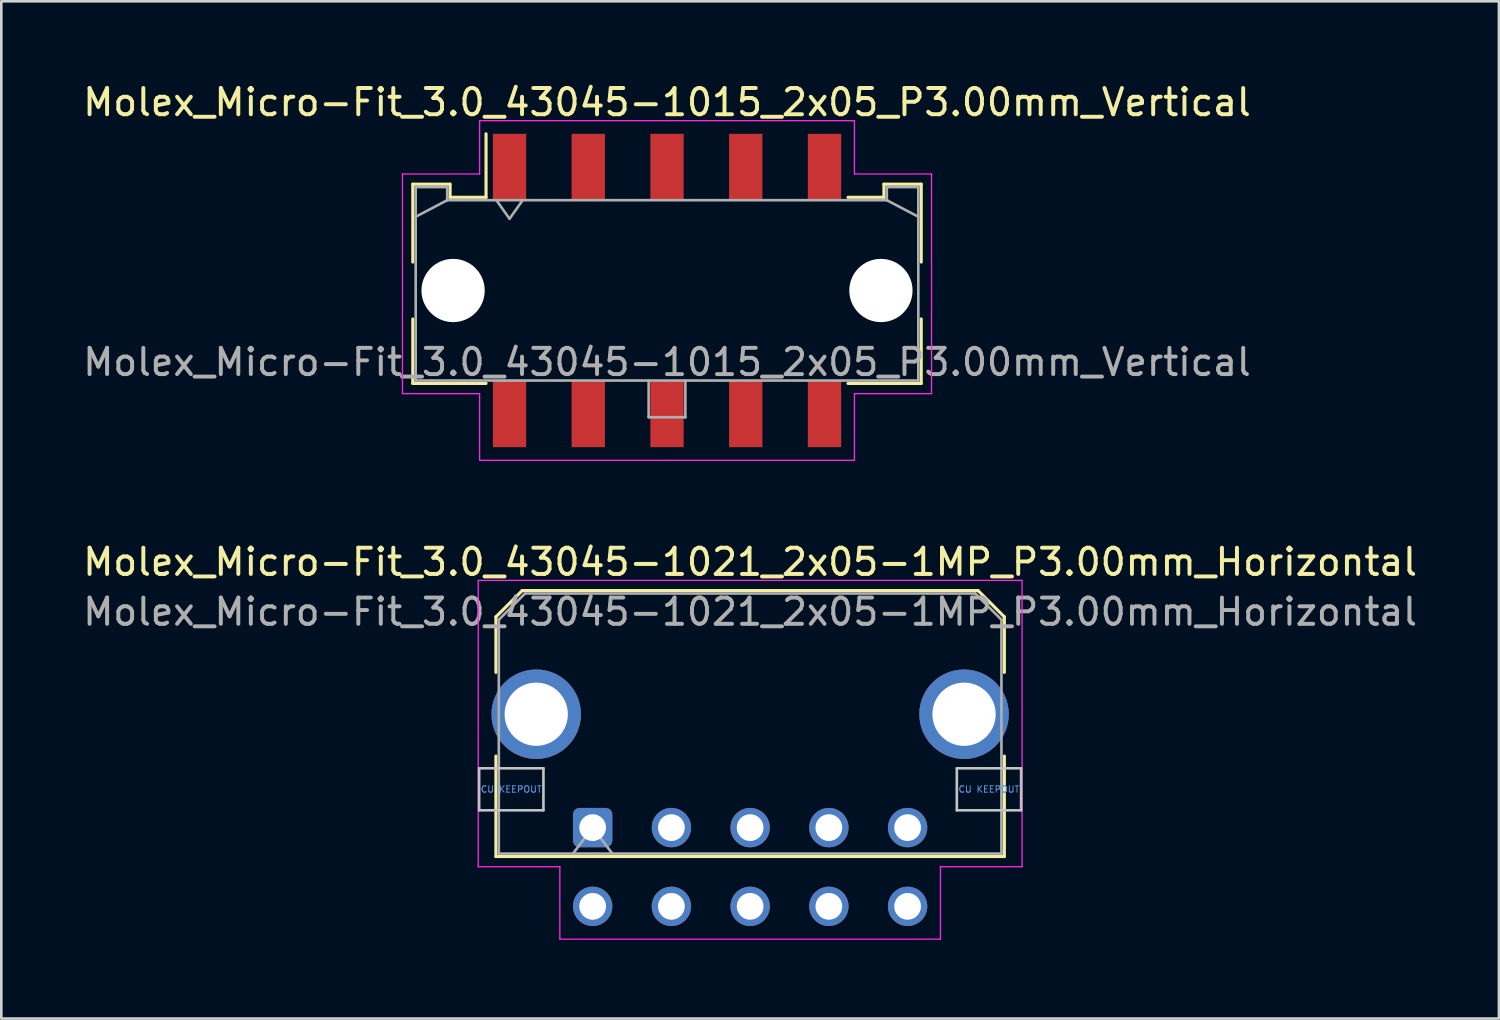
<source format=kicad_pcb>
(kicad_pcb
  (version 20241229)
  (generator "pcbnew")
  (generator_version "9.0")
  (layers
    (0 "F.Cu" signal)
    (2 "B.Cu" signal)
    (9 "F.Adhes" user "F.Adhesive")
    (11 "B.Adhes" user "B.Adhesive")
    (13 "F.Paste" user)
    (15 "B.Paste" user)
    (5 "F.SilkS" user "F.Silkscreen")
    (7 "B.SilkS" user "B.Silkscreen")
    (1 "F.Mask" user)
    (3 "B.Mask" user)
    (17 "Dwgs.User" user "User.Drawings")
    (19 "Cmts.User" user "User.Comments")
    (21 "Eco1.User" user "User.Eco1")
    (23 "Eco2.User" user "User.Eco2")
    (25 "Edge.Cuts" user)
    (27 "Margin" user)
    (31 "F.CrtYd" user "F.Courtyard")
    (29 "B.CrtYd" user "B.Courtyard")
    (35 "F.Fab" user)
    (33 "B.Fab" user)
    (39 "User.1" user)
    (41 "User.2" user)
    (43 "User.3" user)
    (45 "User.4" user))
  (footprint "Molex_Micro-Fit_3.0_43045-1015_2x05_P3.00mm_Vertical"
    (layer "F.Cu")
    (at 22.363 8.018)
    (property "Reference" "Molex_Micro-Fit_3.0_43045-1015_2x05_P3.00mm_Vertical" (at 0 -7.17 0) (layer "F.SilkS") (effects (font (size 1 1) (thickness 0.15))))
    (attr smd)
    (fp_line (start -9.685 -4.05) (end -8.265 -4.05) (stroke (width 0.12) (type solid)) (layer "F.SilkS"))
    (fp_line (start -9.685 -1.085) (end -9.685 -4.05) (stroke (width 0.12) (type solid)) (layer "F.SilkS"))
    (fp_line (start -9.685 1.085) (end -9.685 3.54) (stroke (width 0.12) (type solid)) (layer "F.SilkS"))
    (fp_line (start -9.685 3.54) (end -6.895 3.54) (stroke (width 0.12) (type solid)) (layer "F.SilkS"))
    (fp_line (start -8.265 -4.05) (end -8.265 -3.55) (stroke (width 0.12) (type solid)) (layer "F.SilkS"))
    (fp_line (start -8.265 -3.55) (end -6.895 -3.55) (stroke (width 0.12) (type solid)) (layer "F.SilkS"))
    (fp_line (start -6.895 -3.55) (end -6.895 -5.97) (stroke (width 0.12) (type solid)) (layer "F.SilkS"))
    (fp_line (start 8.265 -4.05) (end 8.265 -3.55) (stroke (width 0.12) (type solid)) (layer "F.SilkS"))
    (fp_line (start 8.265 -3.55) (end 6.895 -3.55) (stroke (width 0.12) (type solid)) (layer "F.SilkS"))
    (fp_line (start 9.685 -4.05) (end 8.265 -4.05) (stroke (width 0.12) (type solid)) (layer "F.SilkS"))
    (fp_line (start 9.685 -1.085) (end 9.685 -4.05) (stroke (width 0.12) (type solid)) (layer "F.SilkS"))
    (fp_line (start 9.685 1.085) (end 9.685 3.54) (stroke (width 0.12) (type solid)) (layer "F.SilkS"))
    (fp_line (start 9.685 3.54) (end 6.895 3.54) (stroke (width 0.12) (type solid)) (layer "F.SilkS"))
    (fp_line (start -10.08 -4.44) (end -10.08 3.93) (stroke (width 0.05) (type solid)) (layer "F.CrtYd"))
    (fp_line (start -10.08 3.93) (end -7.14 3.93) (stroke (width 0.05) (type solid)) (layer "F.CrtYd"))
    (fp_line (start -7.14 -6.47) (end -7.14 -4.44) (stroke (width 0.05) (type solid)) (layer "F.CrtYd"))
    (fp_line (start -7.14 -4.44) (end -10.08 -4.44) (stroke (width 0.05) (type solid)) (layer "F.CrtYd"))
    (fp_line (start -7.14 3.93) (end -7.14 6.47) (stroke (width 0.05) (type solid)) (layer "F.CrtYd"))
    (fp_line (start -7.14 6.47) (end 0 6.47) (stroke (width 0.05) (type solid)) (layer "F.CrtYd"))
    (fp_line (start 0 -6.47) (end -7.14 -6.47) (stroke (width 0.05) (type solid)) (layer "F.CrtYd"))
    (fp_line (start 0 -6.47) (end 7.14 -6.47) (stroke (width 0.05) (type solid)) (layer "F.CrtYd"))
    (fp_line (start 7.14 -6.47) (end 7.14 -4.44) (stroke (width 0.05) (type solid)) (layer "F.CrtYd"))
    (fp_line (start 7.14 -4.44) (end 10.08 -4.44) (stroke (width 0.05) (type solid)) (layer "F.CrtYd"))
    (fp_line (start 7.14 3.93) (end 7.14 6.47) (stroke (width 0.05) (type solid)) (layer "F.CrtYd"))
    (fp_line (start 7.14 6.47) (end 0 6.47) (stroke (width 0.05) (type solid)) (layer "F.CrtYd"))
    (fp_line (start 10.08 -4.44) (end 10.08 3.93) (stroke (width 0.05) (type solid)) (layer "F.CrtYd"))
    (fp_line (start 10.08 3.93) (end 7.14 3.93) (stroke (width 0.05) (type solid)) (layer "F.CrtYd"))
    (fp_line (start -9.575 -3.94) (end -9.575 3.43) (stroke (width 0.1) (type solid)) (layer "F.Fab"))
    (fp_line (start -9.575 -2.81) (end -8.375 -3.44) (stroke (width 0.1) (type solid)) (layer "F.Fab"))
    (fp_line (start -9.575 3.43) (end 9.575 3.43) (stroke (width 0.1) (type solid)) (layer "F.Fab"))
    (fp_line (start -8.375 -3.94) (end -9.575 -3.94) (stroke (width 0.1) (type solid)) (layer "F.Fab"))
    (fp_line (start -8.375 -3.44) (end -8.375 -3.94) (stroke (width 0.1) (type solid)) (layer "F.Fab"))
    (fp_line (start -6.5 -3.44) (end -6 -2.733) (stroke (width 0.1) (type solid)) (layer "F.Fab"))
    (fp_line (start -6 -2.733) (end -5.5 -3.44) (stroke (width 0.1) (type solid)) (layer "F.Fab"))
    (fp_line (start -0.7 3.43) (end -0.7 4.83) (stroke (width 0.1) (type solid)) (layer "F.Fab"))
    (fp_line (start -0.7 4.83) (end 0.7 4.83) (stroke (width 0.1) (type solid)) (layer "F.Fab"))
    (fp_line (start 0.7 4.83) (end 0.7 3.43) (stroke (width 0.1) (type solid)) (layer "F.Fab"))
    (fp_line (start 8.375 -3.94) (end 8.375 -3.44) (stroke (width 0.1) (type solid)) (layer "F.Fab"))
    (fp_line (start 8.375 -3.44) (end -8.375 -3.44) (stroke (width 0.1) (type solid)) (layer "F.Fab"))
    (fp_line (start 9.575 -3.94) (end 8.375 -3.94) (stroke (width 0.1) (type solid)) (layer "F.Fab"))
    (fp_line (start 9.575 -2.81) (end 8.375 -3.44) (stroke (width 0.1) (type solid)) (layer "F.Fab"))
    (fp_line (start 9.575 3.43) (end 9.575 -3.94) (stroke (width 0.1) (type solid)) (layer "F.Fab"))
    (fp_text user "${REFERENCE}" (at 0 2.73 0) (layer "F.Fab") (effects (font (size 1 1) (thickness 0.15))))
    (pad "" np_thru_hole circle (at -8.15 0) (size 2.41 2.41) (drill 2.41) (layers "*.Cu" "*.Mask"))
    (pad "" np_thru_hole circle (at 8.15 0) (size 2.41 2.41) (drill 2.41) (layers "*.Cu" "*.Mask"))
    (pad "1" smd rect (at -6 -4.7) (size 1.27 2.54) (layers "F.Cu" "F.Mask" "F.Paste"))
    (pad "2" smd rect (at -3 -4.7) (size 1.27 2.54) (layers "F.Cu" "F.Mask" "F.Paste"))
    (pad "3" smd rect (at 0 -4.7) (size 1.27 2.54) (layers "F.Cu" "F.Mask" "F.Paste"))
    (pad "4" smd rect (at 3 -4.7) (size 1.27 2.54) (layers "F.Cu" "F.Mask" "F.Paste"))
    (pad "5" smd rect (at 6 -4.7) (size 1.27 2.54) (layers "F.Cu" "F.Mask" "F.Paste"))
    (pad "6" smd rect (at -6 4.7) (size 1.27 2.54) (layers "F.Cu" "F.Mask" "F.Paste"))
    (pad "7" smd rect (at -3 4.7) (size 1.27 2.54) (layers "F.Cu" "F.Mask" "F.Paste"))
    (pad "8" smd rect (at 0 4.7) (size 1.27 2.54) (layers "F.Cu" "F.Mask" "F.Paste"))
    (pad "9" smd rect (at 3 4.7) (size 1.27 2.54) (layers "F.Cu" "F.Mask" "F.Paste"))
    (pad "10" smd rect (at 6 4.7) (size 1.27 2.54) (layers "F.Cu" "F.Mask" "F.Paste")))
  (footprint "Molex_Micro-Fit_3.0_43045-1021_2x05-1MP_P3.00mm_Horizontal"
    (layer "F.Cu")
    (at 19.53 28.482)
    (property "Reference" "Molex_Micro-Fit_3.0_43045-1021_2x05-1MP_P3.00mm_Horizontal" (at 6 -10.12 0) (layer "F.SilkS") (effects (font (size 1 1) (thickness 0.15))))
    (attr through_hole)
    (fp_line (start -3.685 -8.03) (end -2.685 -9.03) (stroke (width 0.12) (type solid)) (layer "F.SilkS"))
    (fp_line (start -3.685 -5.915) (end -3.685 -8.03) (stroke (width 0.12) (type solid)) (layer "F.SilkS"))
    (fp_line (start -3.685 -2.725) (end -3.685 1.1) (stroke (width 0.12) (type solid)) (layer "F.SilkS"))
    (fp_line (start -3.685 1.1) (end 15.685 1.1) (stroke (width 0.12) (type solid)) (layer "F.SilkS"))
    (fp_line (start -2.685 -9.03) (end 14.685 -9.03) (stroke (width 0.12) (type solid)) (layer "F.SilkS"))
    (fp_line (start 14.685 -9.03) (end 15.685 -8.03) (stroke (width 0.12) (type solid)) (layer "F.SilkS"))
    (fp_line (start 15.685 -8.03) (end 15.685 -5.915) (stroke (width 0.12) (type solid)) (layer "F.SilkS"))
    (fp_line (start 15.685 1.1) (end 15.685 -2.725) (stroke (width 0.12) (type solid)) (layer "F.SilkS"))
    (fp_line (start -4.325 -2.26) (end -4.325 -0.66) (stroke (width 0.1) (type solid)) (layer "Dwgs.User"))
    (fp_line (start -4.325 -0.66) (end -1.875 -0.66) (stroke (width 0.1) (type solid)) (layer "Dwgs.User"))
    (fp_line (start -1.875 -2.26) (end -4.325 -2.26) (stroke (width 0.1) (type solid)) (layer "Dwgs.User"))
    (fp_line (start -1.875 -0.66) (end -1.875 -2.26) (stroke (width 0.1) (type solid)) (layer "Dwgs.User"))
    (fp_line (start 13.875 -2.26) (end 13.875 -0.66) (stroke (width 0.1) (type solid)) (layer "Dwgs.User"))
    (fp_line (start 13.875 -0.66) (end 16.325 -0.66) (stroke (width 0.1) (type solid)) (layer "Dwgs.User"))
    (fp_line (start 16.325 -2.26) (end 13.875 -2.26) (stroke (width 0.1) (type solid)) (layer "Dwgs.User"))
    (fp_line (start 16.325 -0.66) (end 16.325 -2.26) (stroke (width 0.1) (type solid)) (layer "Dwgs.User"))
    (fp_line (start -4.36 -9.42) (end 16.36 -9.42) (stroke (width 0.05) (type solid)) (layer "F.CrtYd"))
    (fp_line (start -4.36 1.49) (end -4.36 -9.42) (stroke (width 0.05) (type solid)) (layer "F.CrtYd"))
    (fp_line (start -1.25 1.49) (end -4.36 1.49) (stroke (width 0.05) (type solid)) (layer "F.CrtYd"))
    (fp_line (start -1.25 4.25) (end -1.25 1.49) (stroke (width 0.05) (type solid)) (layer "F.CrtYd"))
    (fp_line (start 13.25 1.49) (end 13.25 4.25) (stroke (width 0.05) (type solid)) (layer "F.CrtYd"))
    (fp_line (start 13.25 4.25) (end -1.25 4.25) (stroke (width 0.05) (type solid)) (layer "F.CrtYd"))
    (fp_line (start 16.36 -9.42) (end 16.36 1.49) (stroke (width 0.05) (type solid)) (layer "F.CrtYd"))
    (fp_line (start 16.36 1.49) (end 13.25 1.49) (stroke (width 0.05) (type solid)) (layer "F.CrtYd"))
    (fp_line (start -3.575 -7.92) (end -2.575 -8.92) (stroke (width 0.1) (type solid)) (layer "F.Fab"))
    (fp_line (start -3.575 0.99) (end -3.575 -7.92) (stroke (width 0.1) (type solid)) (layer "F.Fab"))
    (fp_line (start -2.575 -8.92) (end 14.575 -8.92) (stroke (width 0.1) (type solid)) (layer "F.Fab"))
    (fp_line (start -0.75 0.99) (end 0 0) (stroke (width 0.1) (type solid)) (layer "F.Fab"))
    (fp_line (start 0 0) (end 0.75 0.99) (stroke (width 0.1) (type solid)) (layer "F.Fab"))
    (fp_line (start 14.575 -8.92) (end 15.575 -7.92) (stroke (width 0.1) (type solid)) (layer "F.Fab"))
    (fp_line (start 15.575 -7.92) (end 15.575 0.99) (stroke (width 0.1) (type solid)) (layer "F.Fab"))
    (fp_line (start 15.575 0.99) (end -3.575 0.99) (stroke (width 0.1) (type solid)) (layer "F.Fab"))
    (fp_text user "CU KEEPOUT" (at -3.1 -1.46 0) (layer "Cmts.User") (effects (font (size 0.245 0.245) (thickness 0.037))))
    (fp_text user "CU KEEPOUT" (at 15.1 -1.46 0) (layer "Cmts.User") (effects (font (size 0.245 0.245) (thickness 0.037))))
    (fp_text user "${REFERENCE}" (at 6 -8.22 0) (layer "F.Fab") (effects (font (size 1 1) (thickness 0.15))))
    (pad "1" thru_hole roundrect (at 0 0) (size 1.5 1.5) (drill 1.02) (layers "*.Cu" "*.Mask") (roundrect_rratio 0.167))
    (pad "2" thru_hole circle (at 3 0) (size 1.5 1.5) (drill 1.02) (layers "*.Cu" "*.Mask"))
    (pad "3" thru_hole circle (at 6 0) (size 1.5 1.5) (drill 1.02) (layers "*.Cu" "*.Mask"))
    (pad "4" thru_hole circle (at 9 0) (size 1.5 1.5) (drill 1.02) (layers "*.Cu" "*.Mask"))
    (pad "5" thru_hole circle (at 12 0) (size 1.5 1.5) (drill 1.02) (layers "*.Cu" "*.Mask"))
    (pad "6" thru_hole circle (at 0 3) (size 1.5 1.5) (drill 1.02) (layers "*.Cu" "*.Mask"))
    (pad "7" thru_hole circle (at 3 3) (size 1.5 1.5) (drill 1.02) (layers "*.Cu" "*.Mask"))
    (pad "8" thru_hole circle (at 6 3) (size 1.5 1.5) (drill 1.02) (layers "*.Cu" "*.Mask"))
    (pad "9" thru_hole circle (at 9 3) (size 1.5 1.5) (drill 1.02) (layers "*.Cu" "*.Mask"))
    (pad "10" thru_hole circle (at 12 3) (size 1.5 1.5) (drill 1.02) (layers "*.Cu" "*.Mask"))
    (pad "MP" thru_hole circle (at -2.15 -4.32) (size 3.41 3.41) (drill 2.41) (layers "*.Cu" "*.Mask"))
    (pad "MP" thru_hole circle (at 14.15 -4.32) (size 3.41 3.41) (drill 2.41) (layers "*.Cu" "*.Mask")))
  (gr_rect
    (start -3 -3)
    (end 54.06 35.757)
    (stroke (width 0.1) (type default))
    (fill no)
    (layer "Edge.Cuts")))
</source>
